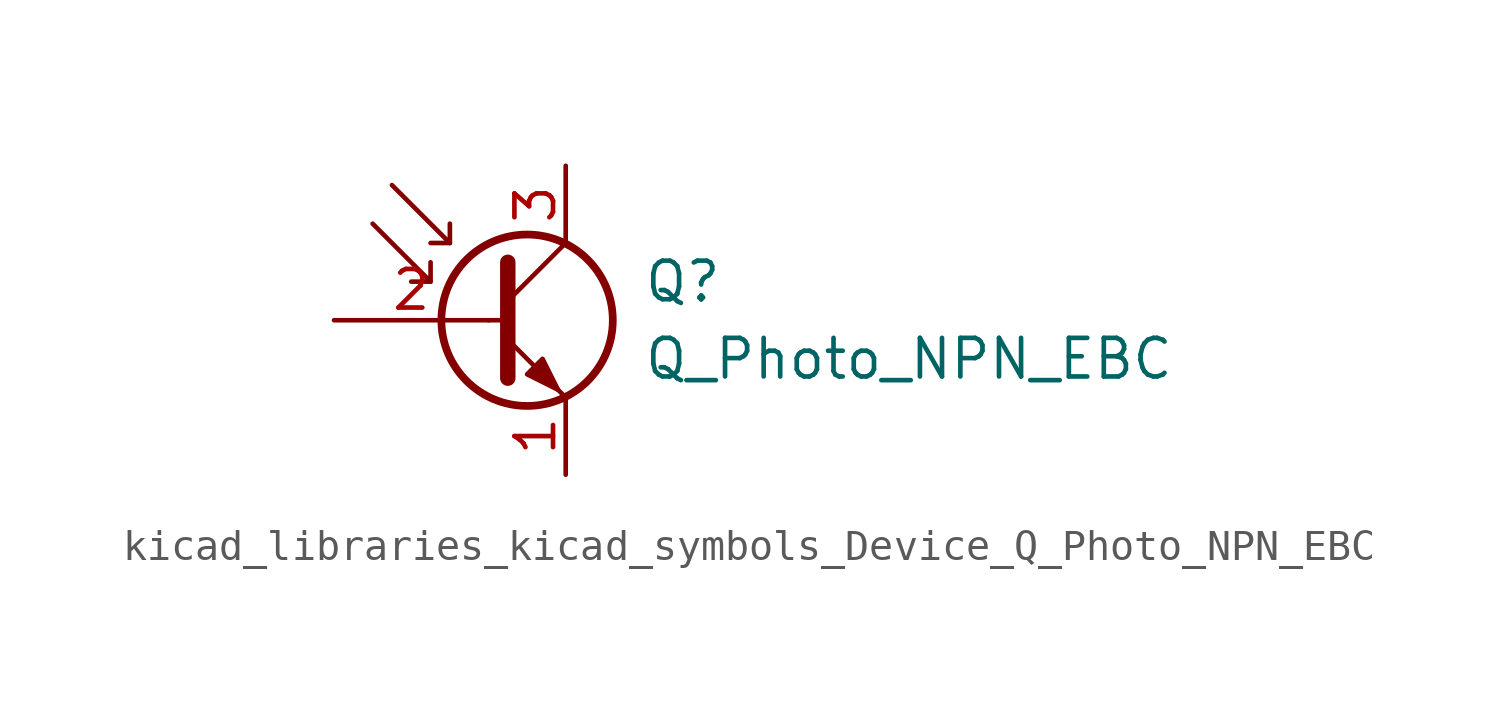
<source format=kicad_sym>
(kicad_symbol_lib
  (version 20220914)
  (generator kicad_symbol_editor)
  (symbol "kicad_libraries_kicad_symbols_Device_Q_Photo_NPN_EBC"
    (pin_names
      (offset 0) hide)
    (property "Reference" "Q"
      (at 5.08 1.27 0)
      (effects (font (size 1.27 1.27)) (justify left)))
    (property "Value" "Q_Photo_NPN_EBC"
      (at 5.08 -1.27 0)
      (effects (font (size 1.27 1.27)) (justify left)))
    (symbol "kicad_libraries_kicad_symbols_Device_Q_Photo_NPN_EBC_0_1"
      (polyline (pts (xy -1.905 1.27) (xy -2.54 1.27)) (stroke (width 0) (type default)) (fill (type none)))
      (polyline (pts (xy -1.27 2.54) (xy -1.905 2.54)) (stroke (width 0) (type default)) (fill (type none)))
      (polyline (pts (xy 0 0) (xy 0.635 0)) (stroke (width 0) (type default)) (fill (type none)))
      (polyline (pts (xy 0.635 0.635) (xy 2.54 2.54)) (stroke (width 0) (type default)) (fill (type none)))
      (polyline (pts (xy -3.81 3.175) (xy -1.905 1.27) (xy -1.905 1.905)) (stroke (width 0) (type default)) (fill (type none)))
      (polyline (pts (xy -3.175 4.445) (xy -1.27 2.54) (xy -1.27 3.175)) (stroke (width 0) (type default)) (fill (type none)))
      (polyline (pts (xy 0.635 -0.635) (xy 2.54 -2.54) (xy 2.54 -2.54)) (stroke (width 0) (type default)) (fill (type none)))
      (polyline (pts (xy 0.635 1.905) (xy 0.635 -1.905) (xy 0.635 -1.905)) (stroke (width 0.508) (type default)) (fill (type none)))
      (polyline (pts (xy 1.27 -1.778) (xy 1.778 -1.27) (xy 2.286 -2.286) (xy 1.27 -1.778) (xy 1.27 -1.778)) (stroke (width 0) (type default)) (fill (type outline)))
      (circle (center 1.27 0) (radius 2.819) (stroke (width 0.254) (type default)) (fill (type none))))
    (symbol "kicad_libraries_kicad_symbols_Device_Q_Photo_NPN_EBC_1_1"
      (pin passive line (at 2.54 -5.08 90) (length 2.54) (name "E" (effects (font (size 1.27 1.27)))) (number "1" (effects (font (size 1.27 1.27)))))
      (pin input line (at -5.08 0 0) (length 5.08) (name "B" (effects (font (size 1.27 1.27)))) (number "2" (effects (font (size 1.27 1.27)))))
      (pin passive line (at 2.54 5.08 270) (length 2.54) (name "C" (effects (font (size 1.27 1.27)))) (number "3" (effects (font (size 1.27 1.27))))))))
</source>
